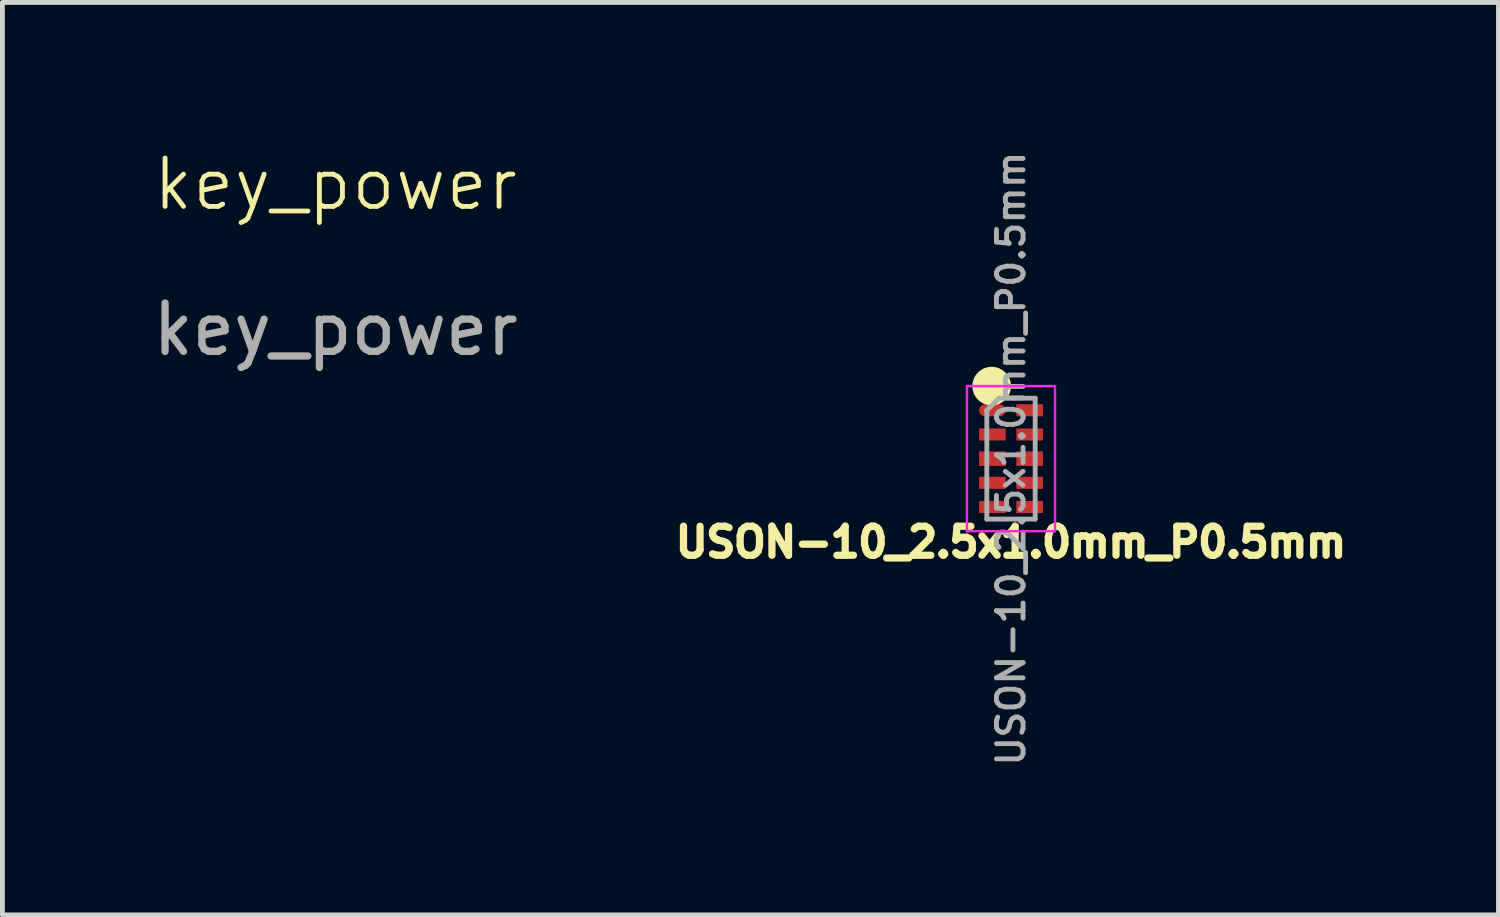
<source format=kicad_pcb>
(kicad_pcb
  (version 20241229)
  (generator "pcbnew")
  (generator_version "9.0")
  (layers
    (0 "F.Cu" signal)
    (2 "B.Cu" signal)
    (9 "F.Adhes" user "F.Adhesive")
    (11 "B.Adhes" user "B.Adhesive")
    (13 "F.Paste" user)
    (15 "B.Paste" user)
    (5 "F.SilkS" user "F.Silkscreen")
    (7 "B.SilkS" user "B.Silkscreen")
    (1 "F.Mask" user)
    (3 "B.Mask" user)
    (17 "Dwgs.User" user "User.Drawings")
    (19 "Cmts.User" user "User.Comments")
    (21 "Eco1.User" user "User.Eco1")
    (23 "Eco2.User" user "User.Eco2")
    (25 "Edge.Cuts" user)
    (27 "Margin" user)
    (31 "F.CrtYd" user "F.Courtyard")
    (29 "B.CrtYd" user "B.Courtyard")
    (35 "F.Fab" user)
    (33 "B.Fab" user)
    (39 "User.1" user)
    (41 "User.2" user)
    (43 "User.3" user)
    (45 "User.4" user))
  (footprint "key_power"
    (layer "F.Cu")
    (at 3.887 1.26)
    (property "Reference" "key_power" (at 0 -0.5 0) (unlocked yes) (layer "F.SilkS") (effects (font (size 1 1) (thickness 0.1))))
    (attr smd)
    (fp_text user "${REFERENCE}" (at 0 2.5 0) (unlocked yes) (layer "F.Fab") (effects (font (size 1 1) (thickness 0.15)))))
  (footprint "USON-10_2.5x1.0mm_P0.5mm"
    (layer "F.Cu")
    (at 17.853 6.433)
    (property "Reference" "USON-10_2.5x1.0mm_P0.5mm" (at 0 1.727 0) (layer "F.SilkS") (effects (font (size 0.6 0.6) (thickness 0.15))))
    (attr smd)
    (fp_circle (center -0.4 -1.5) (end -0.4 -1.5) (stroke (width 0.4) (type solid)) (fill no) (layer "F.SilkS"))
    (fp_line (start -0.91 -1.5) (end 0.91 -1.5) (stroke (width 0.05) (type solid)) (layer "F.CrtYd"))
    (fp_line (start -0.91 1.5) (end -0.91 -1.5) (stroke (width 0.05) (type solid)) (layer "F.CrtYd"))
    (fp_line (start 0.91 -1.5) (end 0.91 1.5) (stroke (width 0.05) (type solid)) (layer "F.CrtYd"))
    (fp_line (start 0.91 1.5) (end -0.91 1.5) (stroke (width 0.05) (type solid)) (layer "F.CrtYd"))
    (fp_line (start -0.5 -1) (end -0.5 1.25) (stroke (width 0.1) (type solid)) (layer "F.Fab"))
    (fp_line (start -0.5 1.25) (end 0.5 1.25) (stroke (width 0.1) (type solid)) (layer "F.Fab"))
    (fp_line (start -0.25 -1.25) (end -0.5 -1) (stroke (width 0.1) (type solid)) (layer "F.Fab"))
    (fp_line (start 0.5 -1.25) (end -0.25 -1.25) (stroke (width 0.1) (type solid)) (layer "F.Fab"))
    (fp_line (start 0.5 -1.25) (end 0.5 1.25) (stroke (width 0.1) (type solid)) (layer "F.Fab"))
    (fp_text user "${REFERENCE}" (at 0 0 90) (layer "F.Fab") (effects (font (size 0.55 0.55) (thickness 0.1))))
    (pad "1" smd roundrect (at -0.385 -1 270) (size 0.25 0.55) (layers "F.Cu" "F.Mask" "F.Paste") (roundrect_rratio 0.5))
    (pad "2" smd rect (at -0.385 -0.5 270) (size 0.25 0.55) (layers "F.Cu" "F.Mask" "F.Paste"))
    (pad "3" smd rect (at -0.385 0 270) (size 0.3 0.55) (layers "F.Cu" "F.Mask" "F.Paste"))
    (pad "4" smd rect (at -0.385 0.5 270) (size 0.25 0.55) (layers "F.Cu" "F.Mask" "F.Paste"))
    (pad "5" smd rect (at -0.385 1 270) (size 0.25 0.55) (layers "F.Cu" "F.Mask" "F.Paste"))
    (pad "6" smd rect (at 0.385 1 270) (size 0.25 0.55) (layers "F.Cu" "F.Mask" "F.Paste"))
    (pad "7" smd rect (at 0.385 0.5 270) (size 0.25 0.55) (layers "F.Cu" "F.Mask" "F.Paste"))
    (pad "8" smd rect (at 0.385 0 270) (size 0.3 0.55) (layers "F.Cu" "F.Mask" "F.Paste"))
    (pad "9" smd rect (at 0.385 -0.5 270) (size 0.25 0.55) (layers "F.Cu" "F.Mask" "F.Paste"))
    (pad "10" smd rect (at 0.385 -1 270) (size 0.25 0.55) (layers "F.Cu" "F.Mask" "F.Paste")))
  (gr_rect
    (start -3 -3)
    (end 27.932 15.866)
    (stroke (width 0.1) (type default))
    (fill no)
    (layer "Edge.Cuts")))
</source>
